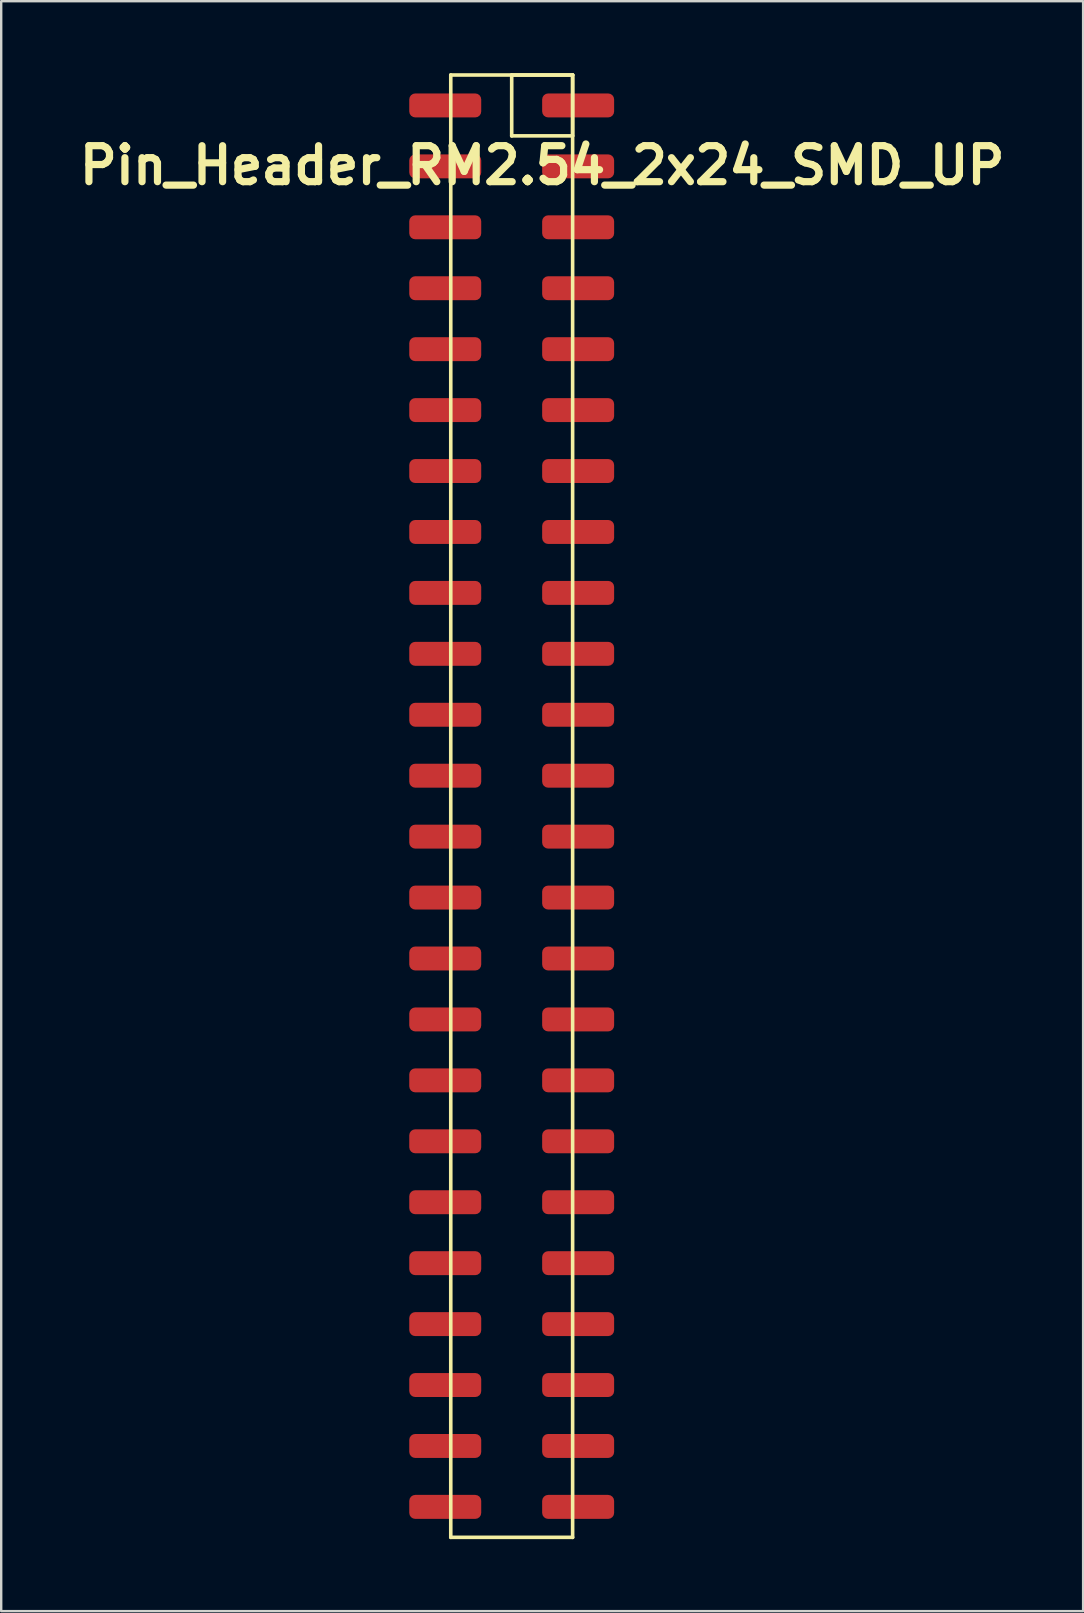
<source format=kicad_pcb>
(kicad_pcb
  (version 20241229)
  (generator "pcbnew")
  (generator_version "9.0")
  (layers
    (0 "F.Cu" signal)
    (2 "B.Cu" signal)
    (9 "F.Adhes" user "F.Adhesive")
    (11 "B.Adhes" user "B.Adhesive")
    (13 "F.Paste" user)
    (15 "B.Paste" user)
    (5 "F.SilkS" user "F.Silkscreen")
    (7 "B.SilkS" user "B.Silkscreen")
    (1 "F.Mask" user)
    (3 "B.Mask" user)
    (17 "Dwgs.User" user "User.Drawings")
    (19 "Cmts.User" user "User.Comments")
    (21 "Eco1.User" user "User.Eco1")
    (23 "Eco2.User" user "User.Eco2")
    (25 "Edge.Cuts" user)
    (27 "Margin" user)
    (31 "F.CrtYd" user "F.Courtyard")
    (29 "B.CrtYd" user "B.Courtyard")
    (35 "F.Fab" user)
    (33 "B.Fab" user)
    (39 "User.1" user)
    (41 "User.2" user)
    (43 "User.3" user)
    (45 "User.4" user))
  (footprint "Pin_Header_RM2.54_2x24_SMD_UP"
    (layer "F.Cu")
    (at 19.55 1.345)
    (property "Reference" "Pin_Header_RM2.54_2x24_SMD_UP" (at 0 2.5 0) (layer "F.SilkS") (effects (font (size 1.5 1.5) (thickness 0.3))))
    (attr through_hole)
    (fp_line (start -3.81 -1.27) (end 1.27 -1.27) (stroke (width 0.15) (type solid)) (layer "F.SilkS"))
    (fp_line (start -3.81 59.69) (end -3.81 -1.27) (stroke (width 0.15) (type solid)) (layer "F.SilkS"))
    (fp_line (start -1.27 -1.27) (end 1.27 -1.27) (stroke (width 0.15) (type solid)) (layer "F.SilkS"))
    (fp_line (start -1.27 1.27) (end -1.27 -1.27) (stroke (width 0.15) (type solid)) (layer "F.SilkS"))
    (fp_line (start 1.27 -1.27) (end 1.27 1.27) (stroke (width 0.15) (type solid)) (layer "F.SilkS"))
    (fp_line (start 1.27 -1.27) (end 1.27 59.69) (stroke (width 0.15) (type solid)) (layer "F.SilkS"))
    (fp_line (start 1.27 1.27) (end -1.27 1.27) (stroke (width 0.15) (type solid)) (layer "F.SilkS"))
    (fp_line (start 1.27 59.69) (end -3.81 59.69) (stroke (width 0.15) (type solid)) (layer "F.SilkS"))
    (pad "1" smd roundrect (at 1.5 0) (size 3 1) (layers "F.Cu" "F.Mask") (roundrect_rratio 0.25))
    (pad "2" smd roundrect (at -4.04 0) (size 3 1) (layers "F.Cu" "F.Mask") (roundrect_rratio 0.25))
    (pad "3" smd roundrect (at 1.5 2.54) (size 3 1) (layers "F.Cu" "F.Mask") (roundrect_rratio 0.25))
    (pad "4" smd roundrect (at -4.04 2.54) (size 3 1) (layers "F.Cu" "F.Mask") (roundrect_rratio 0.25))
    (pad "5" smd roundrect (at 1.5 5.08) (size 3 1) (layers "F.Cu" "F.Mask") (roundrect_rratio 0.25))
    (pad "6" smd roundrect (at -4.04 5.08) (size 3 1) (layers "F.Cu" "F.Mask") (roundrect_rratio 0.25))
    (pad "7" smd roundrect (at 1.5 7.62) (size 3 1) (layers "F.Cu" "F.Mask") (roundrect_rratio 0.25))
    (pad "8" smd roundrect (at -4.04 7.62) (size 3 1) (layers "F.Cu" "F.Mask") (roundrect_rratio 0.25))
    (pad "9" smd roundrect (at 1.5 10.16) (size 3 1) (layers "F.Cu" "F.Mask") (roundrect_rratio 0.25))
    (pad "10" smd roundrect (at -4.04 10.16) (size 3 1) (layers "F.Cu" "F.Mask") (roundrect_rratio 0.25))
    (pad "11" smd roundrect (at 1.5 12.7) (size 3 1) (layers "F.Cu" "F.Mask") (roundrect_rratio 0.25))
    (pad "12" smd roundrect (at -4.04 12.7) (size 3 1) (layers "F.Cu" "F.Mask") (roundrect_rratio 0.25))
    (pad "13" smd roundrect (at 1.5 15.24) (size 3 1) (layers "F.Cu" "F.Mask") (roundrect_rratio 0.25))
    (pad "14" smd roundrect (at -4.04 15.24) (size 3 1) (layers "F.Cu" "F.Mask") (roundrect_rratio 0.25))
    (pad "15" smd roundrect (at 1.5 17.78) (size 3 1) (layers "F.Cu" "F.Mask") (roundrect_rratio 0.25))
    (pad "16" smd roundrect (at -4.04 17.78) (size 3 1) (layers "F.Cu" "F.Mask") (roundrect_rratio 0.25))
    (pad "17" smd roundrect (at 1.5 20.32) (size 3 1) (layers "F.Cu" "F.Mask") (roundrect_rratio 0.25))
    (pad "18" smd roundrect (at -4.04 20.32) (size 3 1) (layers "F.Cu" "F.Mask") (roundrect_rratio 0.25))
    (pad "19" smd roundrect (at 1.5 22.86) (size 3 1) (layers "F.Cu" "F.Mask") (roundrect_rratio 0.25))
    (pad "20" smd roundrect (at -4.04 22.86) (size 3 1) (layers "F.Cu" "F.Mask") (roundrect_rratio 0.25))
    (pad "21" smd roundrect (at 1.5 25.4) (size 3 1) (layers "F.Cu" "F.Mask") (roundrect_rratio 0.25))
    (pad "22" smd roundrect (at -4.04 25.4) (size 3 1) (layers "F.Cu" "F.Mask") (roundrect_rratio 0.25))
    (pad "23" smd roundrect (at 1.5 27.94) (size 3 1) (layers "F.Cu" "F.Mask") (roundrect_rratio 0.25))
    (pad "24" smd roundrect (at -4.04 27.94) (size 3 1) (layers "F.Cu" "F.Mask") (roundrect_rratio 0.25))
    (pad "25" smd roundrect (at 1.5 30.48) (size 3 1) (layers "F.Cu" "F.Mask") (roundrect_rratio 0.25))
    (pad "26" smd roundrect (at -4.04 30.48) (size 3 1) (layers "F.Cu" "F.Mask") (roundrect_rratio 0.25))
    (pad "27" smd roundrect (at 1.5 33.02) (size 3 1) (layers "F.Cu" "F.Mask") (roundrect_rratio 0.25))
    (pad "28" smd roundrect (at -4.04 33.02) (size 3 1) (layers "F.Cu" "F.Mask") (roundrect_rratio 0.25))
    (pad "29" smd roundrect (at 1.5 35.56) (size 3 1) (layers "F.Cu" "F.Mask") (roundrect_rratio 0.25))
    (pad "30" smd roundrect (at -4.04 35.56) (size 3 1) (layers "F.Cu" "F.Mask") (roundrect_rratio 0.25))
    (pad "31" smd roundrect (at 1.5 38.1) (size 3 1) (layers "F.Cu" "F.Mask") (roundrect_rratio 0.25))
    (pad "32" smd roundrect (at -4.04 38.1) (size 3 1) (layers "F.Cu" "F.Mask") (roundrect_rratio 0.25))
    (pad "33" smd roundrect (at 1.5 40.64) (size 3 1) (layers "F.Cu" "F.Mask") (roundrect_rratio 0.25))
    (pad "34" smd roundrect (at -4.04 40.64) (size 3 1) (layers "F.Cu" "F.Mask") (roundrect_rratio 0.25))
    (pad "35" smd roundrect (at 1.5 43.18) (size 3 1) (layers "F.Cu" "F.Mask") (roundrect_rratio 0.25))
    (pad "36" smd roundrect (at -4.04 43.18) (size 3 1) (layers "F.Cu" "F.Mask") (roundrect_rratio 0.25))
    (pad "37" smd roundrect (at 1.5 45.72) (size 3 1) (layers "F.Cu" "F.Mask") (roundrect_rratio 0.25))
    (pad "38" smd roundrect (at -4.04 45.72) (size 3 1) (layers "F.Cu" "F.Mask") (roundrect_rratio 0.25))
    (pad "39" smd roundrect (at 1.5 48.26) (size 3 1) (layers "F.Cu" "F.Mask") (roundrect_rratio 0.25))
    (pad "40" smd roundrect (at -4.04 48.26) (size 3 1) (layers "F.Cu" "F.Mask") (roundrect_rratio 0.25))
    (pad "41" smd roundrect (at 1.5 50.8) (size 3 1) (layers "F.Cu" "F.Mask") (roundrect_rratio 0.25))
    (pad "42" smd roundrect (at -4.04 50.8) (size 3 1) (layers "F.Cu" "F.Mask") (roundrect_rratio 0.25))
    (pad "43" smd roundrect (at 1.5 53.34) (size 3 1) (layers "F.Cu" "F.Mask") (roundrect_rratio 0.25))
    (pad "44" smd roundrect (at -4.04 53.34) (size 3 1) (layers "F.Cu" "F.Mask") (roundrect_rratio 0.25))
    (pad "45" smd roundrect (at 1.5 55.88) (size 3 1) (layers "F.Cu" "F.Mask") (roundrect_rratio 0.25))
    (pad "46" smd roundrect (at -4.04 55.88) (size 3 1) (layers "F.Cu" "F.Mask") (roundrect_rratio 0.25))
    (pad "47" smd roundrect (at 1.5 58.42) (size 3 1) (layers "F.Cu" "F.Mask") (roundrect_rratio 0.25))
    (pad "48" smd roundrect (at -4.04 58.42) (size 3 1) (layers "F.Cu" "F.Mask") (roundrect_rratio 0.25)))
  (gr_rect
    (start -3 -3)
    (end 42.1 64.11)
    (stroke (width 0.1) (type default))
    (fill no)
    (layer "Edge.Cuts")))
</source>
